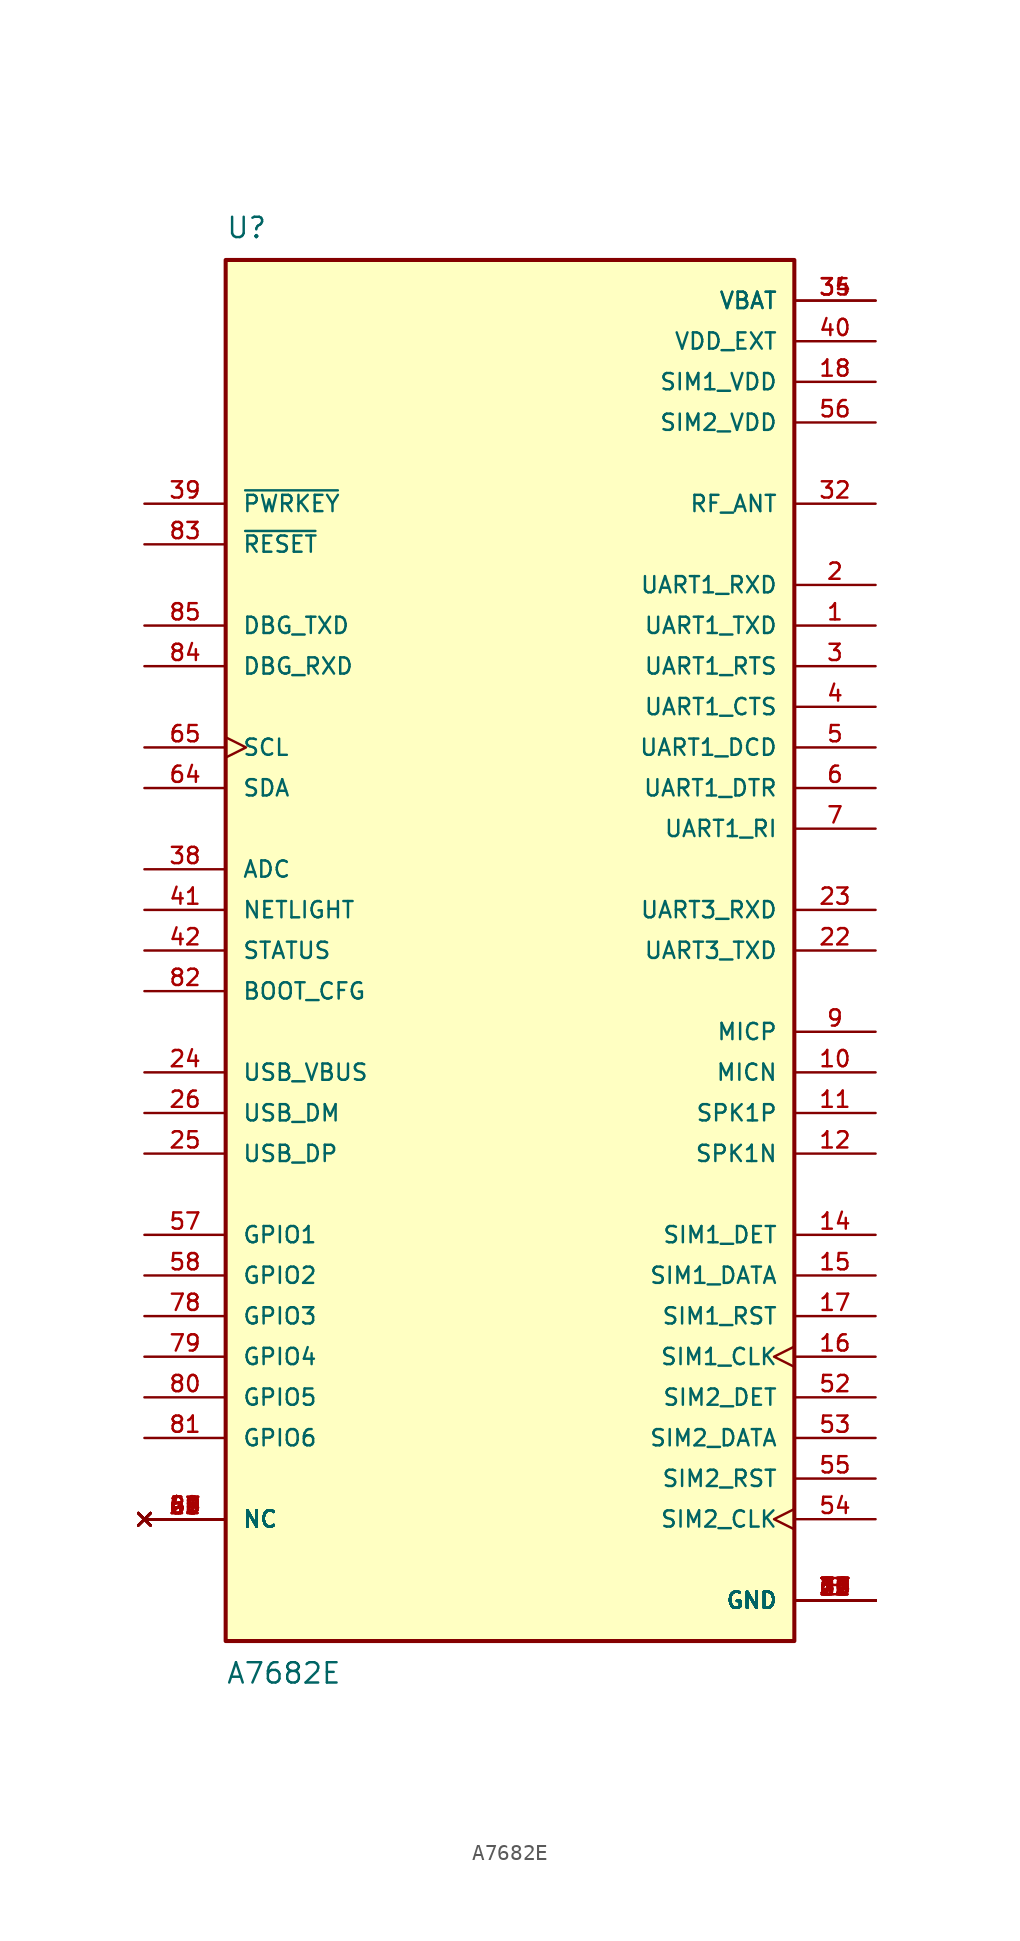
<source format=kicad_sym>
(kicad_symbol_lib
  (version 20211014)
  (generator kicad_symbol_editor)
  (symbol "A7682E"
    (pin_names
      (offset 1.016))
    (property "Reference" "U"
      (at -17.78 44.45 0)
      (effects (font (size 1.27 1.27)) (justify bottom left)))
    (property "Value" "A7682E"
      (at -17.78 -44.45 0)
      (effects (font (size 1.27 1.27)) (justify top left)))
    (symbol "A7682E_0_0"
      (rectangle (start -17.78 -43.18) (end 17.78 43.18) (stroke (width 0.254)) (fill (type background)))
      (pin power_in line (at 22.86 35.56 180.0) (length 5.08) (name "SIM1_VDD" (effects (font (size 1.016 1.016)))) (number "18" (effects (font (size 1.016 1.016)))))
      (pin power_in line (at 22.86 33.02 180.0) (length 5.08) (name "SIM2_VDD" (effects (font (size 1.016 1.016)))) (number "56" (effects (font (size 1.016 1.016)))))
      (pin power_in line (at 22.86 40.64 180.0) (length 5.08) (name "VBAT" (effects (font (size 1.016 1.016)))) (number "34" (effects (font (size 1.016 1.016)))))
      (pin power_in line (at 22.86 40.64 180.0) (length 5.08) (name "VBAT" (effects (font (size 1.016 1.016)))) (number "35" (effects (font (size 1.016 1.016)))))
      (pin power_in line (at 22.86 38.1 180.0) (length 5.08) (name "VDD_EXT" (effects (font (size 1.016 1.016)))) (number "40" (effects (font (size 1.016 1.016)))))
      (pin input line (at -22.86 27.94 0) (length 5.08) (name "~{PWRKEY}" (effects (font (size 1.016 1.016)))) (number "39" (effects (font (size 1.016 1.016)))))
      (pin input line (at -22.86 25.4 0) (length 5.08) (name "~{RESET}" (effects (font (size 1.016 1.016)))) (number "83" (effects (font (size 1.016 1.016)))))
      (pin input line (at -22.86 5.08 0) (length 5.08) (name "ADC" (effects (font (size 1.016 1.016)))) (number "38" (effects (font (size 1.016 1.016)))))
      (pin input line (at -22.86 -2.54 0) (length 5.08) (name "BOOT_CFG" (effects (font (size 1.016 1.016)))) (number "82" (effects (font (size 1.016 1.016)))))
      (pin input line (at -22.86 17.78 0) (length 5.08) (name "DBG_RXD" (effects (font (size 1.016 1.016)))) (number "84" (effects (font (size 1.016 1.016)))))
      (pin bidirectional line (at 22.86 -7.62 180.0) (length 5.08) (name "MICN" (effects (font (size 1.016 1.016)))) (number "10" (effects (font (size 1.016 1.016)))))
      (pin bidirectional line (at 22.86 -5.08 180.0) (length 5.08) (name "MICP" (effects (font (size 1.016 1.016)))) (number "9" (effects (font (size 1.016 1.016)))))
      (pin input line (at 22.86 10.16 180.0) (length 5.08) (name "UART1_DTR" (effects (font (size 1.016 1.016)))) (number "6" (effects (font (size 1.016 1.016)))))
      (pin input line (at 22.86 17.78 180.0) (length 5.08) (name "UART1_RTS" (effects (font (size 1.016 1.016)))) (number "3" (effects (font (size 1.016 1.016)))))
      (pin input line (at 22.86 22.86 180.0) (length 5.08) (name "UART1_RXD" (effects (font (size 1.016 1.016)))) (number "2" (effects (font (size 1.016 1.016)))))
      (pin input line (at 22.86 2.54 180.0) (length 5.08) (name "UART3_RXD" (effects (font (size 1.016 1.016)))) (number "23" (effects (font (size 1.016 1.016)))))
      (pin input line (at -22.86 -7.62 0) (length 5.08) (name "USB_VBUS" (effects (font (size 1.016 1.016)))) (number "24" (effects (font (size 1.016 1.016)))))
      (pin bidirectional line (at -22.86 -17.78 0) (length 5.08) (name "GPIO1" (effects (font (size 1.016 1.016)))) (number "57" (effects (font (size 1.016 1.016)))))
      (pin bidirectional line (at -22.86 -20.32 0) (length 5.08) (name "GPIO2" (effects (font (size 1.016 1.016)))) (number "58" (effects (font (size 1.016 1.016)))))
      (pin bidirectional line (at -22.86 -22.86 0) (length 5.08) (name "GPIO3" (effects (font (size 1.016 1.016)))) (number "78" (effects (font (size 1.016 1.016)))))
      (pin bidirectional line (at -22.86 -25.4 0) (length 5.08) (name "GPIO4" (effects (font (size 1.016 1.016)))) (number "79" (effects (font (size 1.016 1.016)))))
      (pin bidirectional line (at -22.86 -27.94 0) (length 5.08) (name "GPIO5" (effects (font (size 1.016 1.016)))) (number "80" (effects (font (size 1.016 1.016)))))
      (pin bidirectional line (at -22.86 -30.48 0) (length 5.08) (name "GPIO6" (effects (font (size 1.016 1.016)))) (number "81" (effects (font (size 1.016 1.016)))))
      (pin bidirectional line (at 22.86 27.94 180.0) (length 5.08) (name "RF_ANT" (effects (font (size 1.016 1.016)))) (number "32" (effects (font (size 1.016 1.016)))))
      (pin bidirectional line (at -22.86 10.16 0) (length 5.08) (name "SDA" (effects (font (size 1.016 1.016)))) (number "64" (effects (font (size 1.016 1.016)))))
      (pin bidirectional clock (at 22.86 -25.4 180.0) (length 5.08) (name "SIM1_CLK" (effects (font (size 1.016 1.016)))) (number "16" (effects (font (size 1.016 1.016)))))
      (pin output line (at -22.86 20.32 0) (length 5.08) (name "DBG_TXD" (effects (font (size 1.016 1.016)))) (number "85" (effects (font (size 1.016 1.016)))))
      (pin output line (at -22.86 2.54 0) (length 5.08) (name "NETLIGHT" (effects (font (size 1.016 1.016)))) (number "41" (effects (font (size 1.016 1.016)))))
      (pin output clock (at -22.86 12.7 0) (length 5.08) (name "SCL" (effects (font (size 1.016 1.016)))) (number "65" (effects (font (size 1.016 1.016)))))
      (pin bidirectional line (at 22.86 -12.7 180.0) (length 5.08) (name "SPK1N" (effects (font (size 1.016 1.016)))) (number "12" (effects (font (size 1.016 1.016)))))
      (pin bidirectional line (at 22.86 -10.16 180.0) (length 5.08) (name "SPK1P" (effects (font (size 1.016 1.016)))) (number "11" (effects (font (size 1.016 1.016)))))
      (pin output line (at -22.86 0.0 0) (length 5.08) (name "STATUS" (effects (font (size 1.016 1.016)))) (number "42" (effects (font (size 1.016 1.016)))))
      (pin output line (at 22.86 15.24 180.0) (length 5.08) (name "UART1_CTS" (effects (font (size 1.016 1.016)))) (number "4" (effects (font (size 1.016 1.016)))))
      (pin output line (at 22.86 12.7 180.0) (length 5.08) (name "UART1_DCD" (effects (font (size 1.016 1.016)))) (number "5" (effects (font (size 1.016 1.016)))))
      (pin output line (at 22.86 7.62 180.0) (length 5.08) (name "UART1_RI" (effects (font (size 1.016 1.016)))) (number "7" (effects (font (size 1.016 1.016)))))
      (pin output line (at 22.86 20.32 180.0) (length 5.08) (name "UART1_TXD" (effects (font (size 1.016 1.016)))) (number "1" (effects (font (size 1.016 1.016)))))
      (pin output line (at 22.86 0.0 180.0) (length 5.08) (name "UART3_TXD" (effects (font (size 1.016 1.016)))) (number "22" (effects (font (size 1.016 1.016)))))
      (pin bidirectional line (at 22.86 -20.32 180.0) (length 5.08) (name "SIM1_DATA" (effects (font (size 1.016 1.016)))) (number "15" (effects (font (size 1.016 1.016)))))
      (pin bidirectional line (at 22.86 -17.78 180.0) (length 5.08) (name "SIM1_DET" (effects (font (size 1.016 1.016)))) (number "14" (effects (font (size 1.016 1.016)))))
      (pin bidirectional line (at 22.86 -22.86 180.0) (length 5.08) (name "SIM1_RST" (effects (font (size 1.016 1.016)))) (number "17" (effects (font (size 1.016 1.016)))))
      (pin bidirectional clock (at 22.86 -35.56 180.0) (length 5.08) (name "SIM2_CLK" (effects (font (size 1.016 1.016)))) (number "54" (effects (font (size 1.016 1.016)))))
      (pin bidirectional line (at 22.86 -30.48 180.0) (length 5.08) (name "SIM2_DATA" (effects (font (size 1.016 1.016)))) (number "53" (effects (font (size 1.016 1.016)))))
      (pin bidirectional line (at 22.86 -27.94 180.0) (length 5.08) (name "SIM2_DET" (effects (font (size 1.016 1.016)))) (number "52" (effects (font (size 1.016 1.016)))))
      (pin bidirectional line (at 22.86 -33.02 180.0) (length 5.08) (name "SIM2_RST" (effects (font (size 1.016 1.016)))) (number "55" (effects (font (size 1.016 1.016)))))
      (pin bidirectional line (at -22.86 -10.16 0) (length 5.08) (name "USB_DM" (effects (font (size 1.016 1.016)))) (number "26" (effects (font (size 1.016 1.016)))))
      (pin bidirectional line (at -22.86 -12.7 0) (length 5.08) (name "USB_DP" (effects (font (size 1.016 1.016)))) (number "25" (effects (font (size 1.016 1.016)))))
      (pin no_connect line (at -22.86 -35.56 0) (length 5.08) (name "NC" (effects (font (size 1.016 1.016)))) (number "20" (effects (font (size 1.016 1.016)))))
      (pin no_connect line (at -22.86 -35.56 0) (length 5.08) (name "NC" (effects (font (size 1.016 1.016)))) (number "28" (effects (font (size 1.016 1.016)))))
      (pin no_connect line (at -22.86 -35.56 0) (length 5.08) (name "NC" (effects (font (size 1.016 1.016)))) (number "29" (effects (font (size 1.016 1.016)))))
      (pin no_connect line (at -22.86 -35.56 0) (length 5.08) (name "NC" (effects (font (size 1.016 1.016)))) (number "43" (effects (font (size 1.016 1.016)))))
      (pin no_connect line (at -22.86 -35.56 0) (length 5.08) (name "NC" (effects (font (size 1.016 1.016)))) (number "44" (effects (font (size 1.016 1.016)))))
      (pin no_connect line (at -22.86 -35.56 0) (length 5.08) (name "NC" (effects (font (size 1.016 1.016)))) (number "46" (effects (font (size 1.016 1.016)))))
      (pin no_connect line (at -22.86 -35.56 0) (length 5.08) (name "NC" (effects (font (size 1.016 1.016)))) (number "47" (effects (font (size 1.016 1.016)))))
      (pin no_connect line (at -22.86 -35.56 0) (length 5.08) (name "NC" (effects (font (size 1.016 1.016)))) (number "48" (effects (font (size 1.016 1.016)))))
      (pin no_connect line (at -22.86 -35.56 0) (length 5.08) (name "NC" (effects (font (size 1.016 1.016)))) (number "49" (effects (font (size 1.016 1.016)))))
      (pin no_connect line (at -22.86 -35.56 0) (length 5.08) (name "NC" (effects (font (size 1.016 1.016)))) (number "50" (effects (font (size 1.016 1.016)))))
      (pin no_connect line (at -22.86 -35.56 0) (length 5.08) (name "NC" (effects (font (size 1.016 1.016)))) (number "51" (effects (font (size 1.016 1.016)))))
      (pin no_connect line (at -22.86 -35.56 0) (length 5.08) (name "NC" (effects (font (size 1.016 1.016)))) (number "59" (effects (font (size 1.016 1.016)))))
      (pin no_connect line (at -22.86 -35.56 0) (length 5.08) (name "NC" (effects (font (size 1.016 1.016)))) (number "60" (effects (font (size 1.016 1.016)))))
      (pin no_connect line (at -22.86 -35.56 0) (length 5.08) (name "NC" (effects (font (size 1.016 1.016)))) (number "61" (effects (font (size 1.016 1.016)))))
      (pin no_connect line (at -22.86 -35.56 0) (length 5.08) (name "NC" (effects (font (size 1.016 1.016)))) (number "62" (effects (font (size 1.016 1.016)))))
      (pin no_connect line (at -22.86 -35.56 0) (length 5.08) (name "NC" (effects (font (size 1.016 1.016)))) (number "68" (effects (font (size 1.016 1.016)))))
      (pin power_in line (at 22.86 -40.64 180.0) (length 5.08) (name "GND" (effects (font (size 1.016 1.016)))) (number "8" (effects (font (size 1.016 1.016)))))
      (pin power_in line (at 22.86 -40.64 180.0) (length 5.08) (name "GND" (effects (font (size 1.016 1.016)))) (number "13" (effects (font (size 1.016 1.016)))))
      (pin power_in line (at 22.86 -40.64 180.0) (length 5.08) (name "GND" (effects (font (size 1.016 1.016)))) (number "19" (effects (font (size 1.016 1.016)))))
      (pin power_in line (at 22.86 -40.64 180.0) (length 5.08) (name "GND" (effects (font (size 1.016 1.016)))) (number "21" (effects (font (size 1.016 1.016)))))
      (pin power_in line (at 22.86 -40.64 180.0) (length 5.08) (name "GND" (effects (font (size 1.016 1.016)))) (number "27" (effects (font (size 1.016 1.016)))))
      (pin power_in line (at 22.86 -40.64 180.0) (length 5.08) (name "GND" (effects (font (size 1.016 1.016)))) (number "30" (effects (font (size 1.016 1.016)))))
      (pin power_in line (at 22.86 -40.64 180.0) (length 5.08) (name "GND" (effects (font (size 1.016 1.016)))) (number "31" (effects (font (size 1.016 1.016)))))
      (pin power_in line (at 22.86 -40.64 180.0) (length 5.08) (name "GND" (effects (font (size 1.016 1.016)))) (number "33" (effects (font (size 1.016 1.016)))))
      (pin power_in line (at 22.86 -40.64 180.0) (length 5.08) (name "GND" (effects (font (size 1.016 1.016)))) (number "36" (effects (font (size 1.016 1.016)))))
      (pin power_in line (at 22.86 -40.64 180.0) (length 5.08) (name "GND" (effects (font (size 1.016 1.016)))) (number "37" (effects (font (size 1.016 1.016)))))
      (pin power_in line (at 22.86 -40.64 180.0) (length 5.08) (name "GND" (effects (font (size 1.016 1.016)))) (number "45" (effects (font (size 1.016 1.016)))))
      (pin power_in line (at 22.86 -40.64 180.0) (length 5.08) (name "GND" (effects (font (size 1.016 1.016)))) (number "63" (effects (font (size 1.016 1.016)))))
      (pin power_in line (at 22.86 -40.64 180.0) (length 5.08) (name "GND" (effects (font (size 1.016 1.016)))) (number "66" (effects (font (size 1.016 1.016)))))
      (pin power_in line (at 22.86 -40.64 180.0) (length 5.08) (name "GND" (effects (font (size 1.016 1.016)))) (number "67" (effects (font (size 1.016 1.016)))))
      (pin power_in line (at 22.86 -40.64 180.0) (length 5.08) (name "GND" (effects (font (size 1.016 1.016)))) (number "69" (effects (font (size 1.016 1.016)))))
      (pin power_in line (at 22.86 -40.64 180.0) (length 5.08) (name "GND" (effects (font (size 1.016 1.016)))) (number "70" (effects (font (size 1.016 1.016)))))
      (pin power_in line (at 22.86 -40.64 180.0) (length 5.08) (name "GND" (effects (font (size 1.016 1.016)))) (number "71" (effects (font (size 1.016 1.016)))))
      (pin power_in line (at 22.86 -40.64 180.0) (length 5.08) (name "GND" (effects (font (size 1.016 1.016)))) (number "72" (effects (font (size 1.016 1.016)))))
      (pin power_in line (at 22.86 -40.64 180.0) (length 5.08) (name "GND" (effects (font (size 1.016 1.016)))) (number "73" (effects (font (size 1.016 1.016)))))
      (pin power_in line (at 22.86 -40.64 180.0) (length 5.08) (name "GND" (effects (font (size 1.016 1.016)))) (number "74" (effects (font (size 1.016 1.016)))))
      (pin power_in line (at 22.86 -40.64 180.0) (length 5.08) (name "GND" (effects (font (size 1.016 1.016)))) (number "75" (effects (font (size 1.016 1.016)))))
      (pin power_in line (at 22.86 -40.64 180.0) (length 5.08) (name "GND" (effects (font (size 1.016 1.016)))) (number "76" (effects (font (size 1.016 1.016)))))
      (pin power_in line (at 22.86 -40.64 180.0) (length 5.08) (name "GND" (effects (font (size 1.016 1.016)))) (number "77" (effects (font (size 1.016 1.016))))))))
</source>
